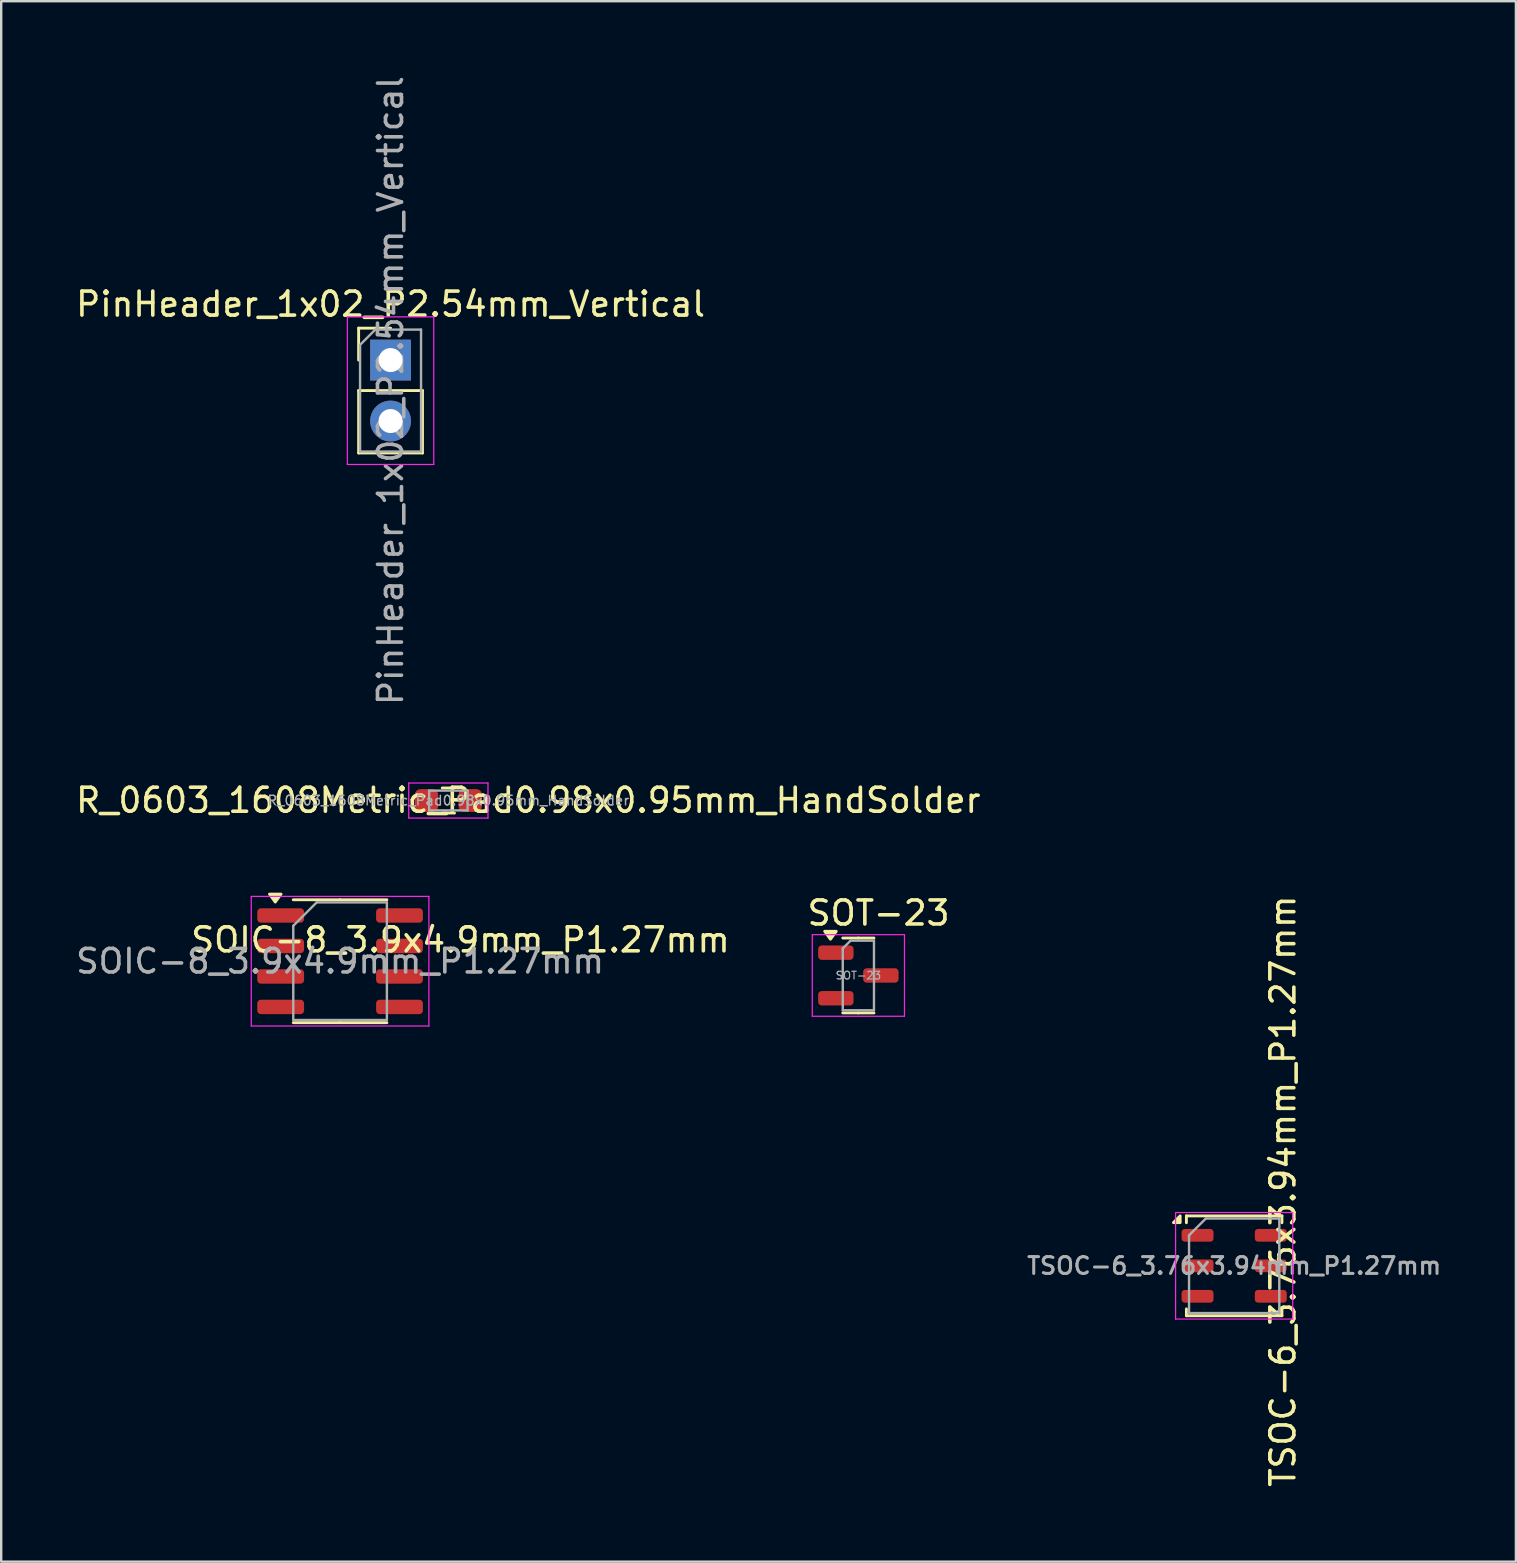
<source format=kicad_pcb>
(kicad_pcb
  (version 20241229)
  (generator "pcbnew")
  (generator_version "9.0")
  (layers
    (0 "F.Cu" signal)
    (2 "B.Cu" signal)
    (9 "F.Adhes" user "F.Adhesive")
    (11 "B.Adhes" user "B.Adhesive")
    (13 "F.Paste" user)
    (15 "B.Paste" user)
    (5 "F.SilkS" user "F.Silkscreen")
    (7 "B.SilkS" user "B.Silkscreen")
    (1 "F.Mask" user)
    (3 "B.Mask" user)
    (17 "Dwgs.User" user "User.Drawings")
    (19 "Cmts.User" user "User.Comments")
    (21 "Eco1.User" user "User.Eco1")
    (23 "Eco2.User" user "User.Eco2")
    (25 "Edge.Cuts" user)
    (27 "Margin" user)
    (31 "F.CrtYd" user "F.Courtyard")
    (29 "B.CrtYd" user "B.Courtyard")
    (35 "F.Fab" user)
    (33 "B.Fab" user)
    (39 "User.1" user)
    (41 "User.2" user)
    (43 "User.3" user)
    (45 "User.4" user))
  (footprint "TSOC-6_3.76x3.94mm_P1.27mm"
    (layer "F.Cu")
    (at 48.363 49.681)
    (property "Reference" "TSOC-6_3.76x3.94mm_P1.27mm" (at 2.031 -3.109 90) (layer "F.SilkS") (effects (font (size 1 1) (thickness 0.15))))
    (attr smd)
    (fp_line (start -1.99 -1.795) (end -1.99 -2.08) (stroke (width 0.12) (type solid)) (layer "F.SilkS"))
    (fp_line (start -1.99 1.795) (end -1.99 2.08) (stroke (width 0.12) (type solid)) (layer "F.SilkS"))
    (fp_line (start -1.99 2.08) (end 1.99 2.08) (stroke (width 0.12) (type solid)) (layer "F.SilkS"))
    (fp_line (start 1.99 -2.08) (end -1.99 -2.08) (stroke (width 0.12) (type solid)) (layer "F.SilkS"))
    (fp_line (start 1.99 -2.08) (end 1.99 -1.795) (stroke (width 0.12) (type solid)) (layer "F.SilkS"))
    (fp_line (start 1.99 1.795) (end 1.99 2.08) (stroke (width 0.12) (type solid)) (layer "F.SilkS"))
    (fp_poly (pts (xy -2.25 -1.8) (xy -2.53 -1.8) (xy -2.25 -2.08) (xy -2.25 -1.8)) (stroke (width 0.12) (type solid)) (fill yes) (layer "F.SilkS"))
    (fp_line (start -2.44 -2.22) (end -2.44 2.22) (stroke (width 0.05) (type solid)) (layer "F.CrtYd"))
    (fp_line (start -2.44 -2.22) (end 2.44 -2.22) (stroke (width 0.05) (type solid)) (layer "F.CrtYd"))
    (fp_line (start -2.44 2.22) (end 2.44 2.22) (stroke (width 0.05) (type solid)) (layer "F.CrtYd"))
    (fp_line (start 2.44 -2.22) (end 2.44 2.22) (stroke (width 0.05) (type solid)) (layer "F.CrtYd"))
    (fp_line (start -1.88 -1.27) (end -1.88 1.97) (stroke (width 0.1) (type solid)) (layer "F.Fab"))
    (fp_line (start -1.88 -1.27) (end -1.18 -1.97) (stroke (width 0.1) (type solid)) (layer "F.Fab"))
    (fp_line (start -1.88 1.97) (end 1.88 1.97) (stroke (width 0.1) (type solid)) (layer "F.Fab"))
    (fp_line (start -1.18 -1.97) (end 1.88 -1.97) (stroke (width 0.1) (type solid)) (layer "F.Fab"))
    (fp_line (start 1.88 -1.97) (end 1.88 1.97) (stroke (width 0.1) (type solid)) (layer "F.Fab"))
    (fp_text user "${REFERENCE}" (at 0 0 0) (layer "F.Fab") (effects (font (size 0.7 0.7) (thickness 0.127))))
    (pad "1" smd roundrect (at -1.525 -1.27) (size 1.33 0.53) (layers "F.Cu" "F.Mask" "F.Paste") (roundrect_rratio 0.25))
    (pad "2" smd roundrect (at -1.525 0) (size 1.33 0.53) (layers "F.Cu" "F.Mask" "F.Paste") (roundrect_rratio 0.25))
    (pad "3" smd roundrect (at -1.525 1.27) (size 1.33 0.53) (layers "F.Cu" "F.Mask" "F.Paste") (roundrect_rratio 0.25))
    (pad "4" smd roundrect (at 1.525 1.27) (size 1.33 0.53) (layers "F.Cu" "F.Mask" "F.Paste") (roundrect_rratio 0.25))
    (pad "5" smd roundrect (at 1.525 0) (size 1.33 0.53) (layers "F.Cu" "F.Mask" "F.Paste") (roundrect_rratio 0.25))
    (pad "6" smd roundrect (at 1.525 -1.27) (size 1.33 0.53) (layers "F.Cu" "F.Mask" "F.Paste") (roundrect_rratio 0.25)))
  (footprint "PinHeader_1x02_P2.54mm_Vertical"
    (layer "F.Cu")
    (at 13.22 11.95)
    (property "Reference" "PinHeader_1x02_P2.54mm_Vertical" (at 0 -2.33 180) (layer "F.SilkS") (effects (font (size 1 1) (thickness 0.15))))
    (attr through_hole)
    (fp_line (start -1.33 -1.33) (end 0 -1.33) (stroke (width 0.12) (type solid)) (layer "F.SilkS"))
    (fp_line (start -1.33 0) (end -1.33 -1.33) (stroke (width 0.12) (type solid)) (layer "F.SilkS"))
    (fp_line (start -1.33 1.27) (end -1.33 3.87) (stroke (width 0.12) (type solid)) (layer "F.SilkS"))
    (fp_line (start -1.33 1.27) (end 1.33 1.27) (stroke (width 0.12) (type solid)) (layer "F.SilkS"))
    (fp_line (start -1.33 3.87) (end 1.33 3.87) (stroke (width 0.12) (type solid)) (layer "F.SilkS"))
    (fp_line (start 1.33 1.27) (end 1.33 3.87) (stroke (width 0.12) (type solid)) (layer "F.SilkS"))
    (fp_line (start -1.8 -1.8) (end -1.8 4.35) (stroke (width 0.05) (type solid)) (layer "F.CrtYd"))
    (fp_line (start -1.8 4.35) (end 1.8 4.35) (stroke (width 0.05) (type solid)) (layer "F.CrtYd"))
    (fp_line (start 1.8 -1.8) (end -1.8 -1.8) (stroke (width 0.05) (type solid)) (layer "F.CrtYd"))
    (fp_line (start 1.8 4.35) (end 1.8 -1.8) (stroke (width 0.05) (type solid)) (layer "F.CrtYd"))
    (fp_line (start -1.27 -0.635) (end -0.635 -1.27) (stroke (width 0.1) (type solid)) (layer "F.Fab"))
    (fp_line (start -1.27 3.81) (end -1.27 -0.635) (stroke (width 0.1) (type solid)) (layer "F.Fab"))
    (fp_line (start -0.635 -1.27) (end 1.27 -1.27) (stroke (width 0.1) (type solid)) (layer "F.Fab"))
    (fp_line (start 1.27 -1.27) (end 1.27 3.81) (stroke (width 0.1) (type solid)) (layer "F.Fab"))
    (fp_line (start 1.27 3.81) (end -1.27 3.81) (stroke (width 0.1) (type solid)) (layer "F.Fab"))
    (fp_text user "${REFERENCE}" (at 0 1.27 90) (layer "F.Fab") (effects (font (size 1 1) (thickness 0.15))))
    (pad "1" thru_hole rect (at 0 0) (size 1.7 1.7) (drill 1) (layers "*.Cu" "*.Mask"))
    (pad "2" thru_hole oval (at 0 2.54) (size 1.7 1.7) (drill 1) (layers "*.Cu" "*.Mask")))
  (footprint "R_0603_1608Metric_Pad0.98x0.95mm_HandSolder"
    (layer "F.Cu")
    (at 15.628 30.298)
    (property "Reference" "R_0603_1608Metric_Pad0.98x0.95mm_HandSolder" (at 3.33 -0.009 0) (layer "F.SilkS") (effects (font (size 1 1) (thickness 0.15))))
    (attr smd)
    (fp_line (start -0.255 -0.522) (end 0.255 -0.522) (stroke (width 0.12) (type solid)) (layer "F.SilkS"))
    (fp_line (start -0.255 0.522) (end 0.255 0.522) (stroke (width 0.12) (type solid)) (layer "F.SilkS"))
    (fp_line (start -1.65 -0.73) (end 1.65 -0.73) (stroke (width 0.05) (type solid)) (layer "F.CrtYd"))
    (fp_line (start -1.65 0.73) (end -1.65 -0.73) (stroke (width 0.05) (type solid)) (layer "F.CrtYd"))
    (fp_line (start 1.65 -0.73) (end 1.65 0.73) (stroke (width 0.05) (type solid)) (layer "F.CrtYd"))
    (fp_line (start 1.65 0.73) (end -1.65 0.73) (stroke (width 0.05) (type solid)) (layer "F.CrtYd"))
    (fp_line (start -0.8 -0.412) (end 0.8 -0.412) (stroke (width 0.1) (type solid)) (layer "F.Fab"))
    (fp_line (start -0.8 0.412) (end -0.8 -0.412) (stroke (width 0.1) (type solid)) (layer "F.Fab"))
    (fp_line (start 0.8 -0.412) (end 0.8 0.412) (stroke (width 0.1) (type solid)) (layer "F.Fab"))
    (fp_line (start 0.8 0.412) (end -0.8 0.412) (stroke (width 0.1) (type solid)) (layer "F.Fab"))
    (fp_text user "${REFERENCE}" (at 0 0 0) (layer "F.Fab") (effects (font (size 0.4 0.4) (thickness 0.06))))
    (pad "1" smd roundrect (at -0.912 0) (size 0.975 0.95) (layers "F.Cu" "F.Mask" "F.Paste") (roundrect_rratio 0.25))
    (pad "2" smd roundrect (at 0.912 0) (size 0.975 0.95) (layers "F.Cu" "F.Mask" "F.Paste") (roundrect_rratio 0.25)))
  (footprint "SOIC-8_3.9x4.9mm_P1.27mm"
    (layer "F.Cu")
    (at 11.117 36.992)
    (property "Reference" "SOIC-8_3.9x4.9mm_P1.27mm" (at 5.015 -0.889 0) (layer "F.SilkS") (effects (font (size 1 1) (thickness 0.15))))
    (attr smd)
    (fp_line (start 0 -2.56) (end -1.95 -2.56) (stroke (width 0.12) (type solid)) (layer "F.SilkS"))
    (fp_line (start 0 -2.56) (end 1.95 -2.56) (stroke (width 0.12) (type solid)) (layer "F.SilkS"))
    (fp_line (start 0 2.56) (end -1.95 2.56) (stroke (width 0.12) (type solid)) (layer "F.SilkS"))
    (fp_line (start 0 2.56) (end 1.95 2.56) (stroke (width 0.12) (type solid)) (layer "F.SilkS"))
    (fp_poly (pts (xy -2.7 -2.465) (xy -2.94 -2.795) (xy -2.46 -2.795) (xy -2.7 -2.465)) (stroke (width 0.12) (type solid)) (fill yes) (layer "F.SilkS"))
    (fp_line (start -3.7 -2.7) (end -3.7 2.7) (stroke (width 0.05) (type solid)) (layer "F.CrtYd"))
    (fp_line (start -3.7 2.7) (end 3.7 2.7) (stroke (width 0.05) (type solid)) (layer "F.CrtYd"))
    (fp_line (start 3.7 -2.7) (end -3.7 -2.7) (stroke (width 0.05) (type solid)) (layer "F.CrtYd"))
    (fp_line (start 3.7 2.7) (end 3.7 -2.7) (stroke (width 0.05) (type solid)) (layer "F.CrtYd"))
    (fp_line (start -1.95 -1.475) (end -0.975 -2.45) (stroke (width 0.1) (type solid)) (layer "F.Fab"))
    (fp_line (start -1.95 2.45) (end -1.95 -1.475) (stroke (width 0.1) (type solid)) (layer "F.Fab"))
    (fp_line (start -0.975 -2.45) (end 1.95 -2.45) (stroke (width 0.1) (type solid)) (layer "F.Fab"))
    (fp_line (start 1.95 -2.45) (end 1.95 2.45) (stroke (width 0.1) (type solid)) (layer "F.Fab"))
    (fp_line (start 1.95 2.45) (end -1.95 2.45) (stroke (width 0.1) (type solid)) (layer "F.Fab"))
    (fp_text user "${REFERENCE}" (at 0 0 0) (layer "F.Fab") (effects (font (size 0.98 0.98) (thickness 0.15))))
    (pad "1" smd roundrect (at -2.475 -1.905) (size 1.95 0.6) (layers "F.Cu" "F.Mask" "F.Paste") (roundrect_rratio 0.25))
    (pad "2" smd roundrect (at -2.475 -0.635) (size 1.95 0.6) (layers "F.Cu" "F.Mask" "F.Paste") (roundrect_rratio 0.25))
    (pad "3" smd roundrect (at -2.475 0.635) (size 1.95 0.6) (layers "F.Cu" "F.Mask" "F.Paste") (roundrect_rratio 0.25))
    (pad "4" smd roundrect (at -2.475 1.905) (size 1.95 0.6) (layers "F.Cu" "F.Mask" "F.Paste") (roundrect_rratio 0.25))
    (pad "5" smd roundrect (at 2.475 1.905) (size 1.95 0.6) (layers "F.Cu" "F.Mask" "F.Paste") (roundrect_rratio 0.25))
    (pad "6" smd roundrect (at 2.475 0.635) (size 1.95 0.6) (layers "F.Cu" "F.Mask" "F.Paste") (roundrect_rratio 0.25))
    (pad "7" smd roundrect (at 2.475 -0.635) (size 1.95 0.6) (layers "F.Cu" "F.Mask" "F.Paste") (roundrect_rratio 0.25))
    (pad "8" smd roundrect (at 2.475 -1.905) (size 1.95 0.6) (layers "F.Cu" "F.Mask" "F.Paste") (roundrect_rratio 0.25)))
  (footprint "SOT-23"
    (layer "F.Cu")
    (at 32.708 37.586)
    (property "Reference" "SOT-23" (at 0.841 -2.601 0) (layer "F.SilkS") (effects (font (size 1 1) (thickness 0.15))))
    (attr smd)
    (fp_line (start 0 -1.56) (end -0.65 -1.56) (stroke (width 0.12) (type solid)) (layer "F.SilkS"))
    (fp_line (start 0 -1.56) (end 0.65 -1.56) (stroke (width 0.12) (type solid)) (layer "F.SilkS"))
    (fp_line (start 0 1.56) (end -0.65 1.56) (stroke (width 0.12) (type solid)) (layer "F.SilkS"))
    (fp_line (start 0 1.56) (end 0.65 1.56) (stroke (width 0.12) (type solid)) (layer "F.SilkS"))
    (fp_poly (pts (xy -1.163 -1.51) (xy -1.403 -1.84) (xy -0.922 -1.84) (xy -1.163 -1.51)) (stroke (width 0.12) (type solid)) (fill yes) (layer "F.SilkS"))
    (fp_line (start -1.92 -1.7) (end -1.92 1.7) (stroke (width 0.05) (type solid)) (layer "F.CrtYd"))
    (fp_line (start -1.92 1.7) (end 1.92 1.7) (stroke (width 0.05) (type solid)) (layer "F.CrtYd"))
    (fp_line (start 1.92 -1.7) (end -1.92 -1.7) (stroke (width 0.05) (type solid)) (layer "F.CrtYd"))
    (fp_line (start 1.92 1.7) (end 1.92 -1.7) (stroke (width 0.05) (type solid)) (layer "F.CrtYd"))
    (fp_line (start -0.65 -1.125) (end -0.325 -1.45) (stroke (width 0.1) (type solid)) (layer "F.Fab"))
    (fp_line (start -0.65 1.45) (end -0.65 -1.125) (stroke (width 0.1) (type solid)) (layer "F.Fab"))
    (fp_line (start -0.325 -1.45) (end 0.65 -1.45) (stroke (width 0.1) (type solid)) (layer "F.Fab"))
    (fp_line (start 0.65 -1.45) (end 0.65 1.45) (stroke (width 0.1) (type solid)) (layer "F.Fab"))
    (fp_line (start 0.65 1.45) (end -0.65 1.45) (stroke (width 0.1) (type solid)) (layer "F.Fab"))
    (fp_text user "${REFERENCE}" (at 0 0 0) (layer "F.Fab") (effects (font (size 0.32 0.32) (thickness 0.05))))
    (pad "1" smd roundrect (at -0.938 -0.95) (size 1.475 0.6) (layers "F.Cu" "F.Mask" "F.Paste") (roundrect_rratio 0.25))
    (pad "2" smd roundrect (at -0.938 0.95) (size 1.475 0.6) (layers "F.Cu" "F.Mask" "F.Paste") (roundrect_rratio 0.25))
    (pad "3" smd roundrect (at 0.938 0) (size 1.475 0.6) (layers "F.Cu" "F.Mask" "F.Paste") (roundrect_rratio 0.25)))
  (gr_rect
    (start -3 -3)
    (end 60.1 62.006)
    (stroke (width 0.1) (type default))
    (fill no)
    (layer "Edge.Cuts")))
</source>
